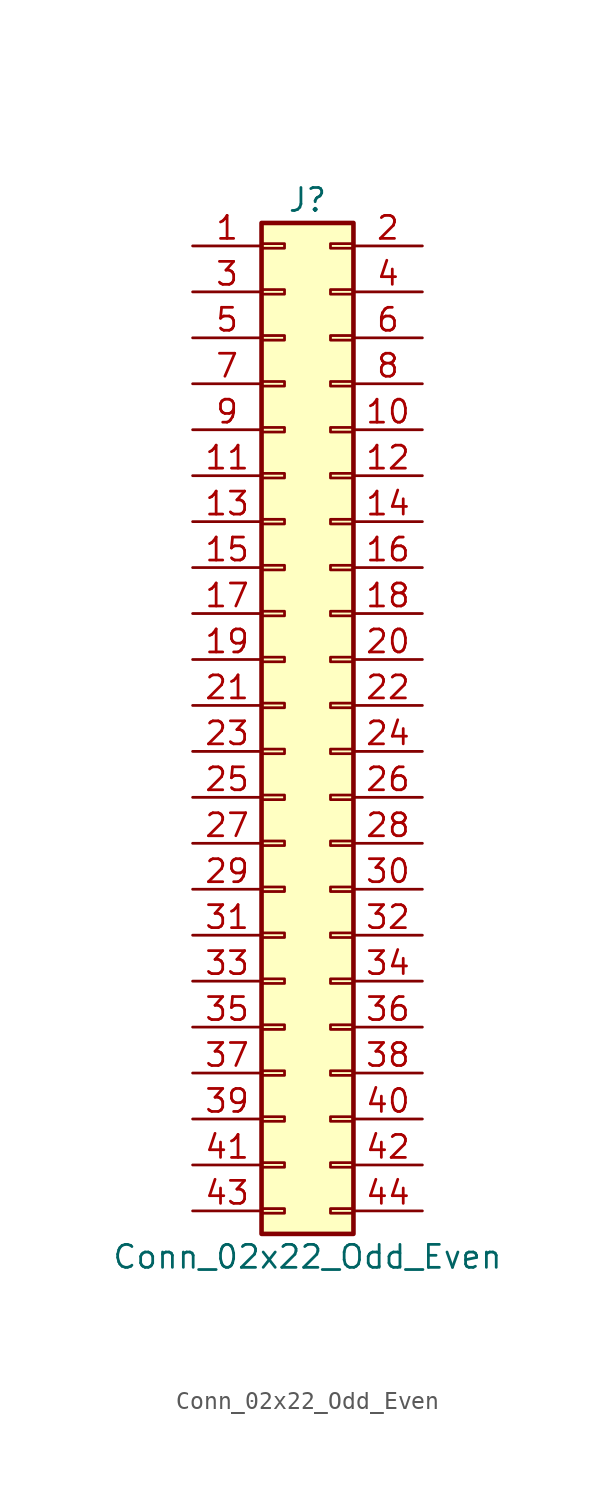
<source format=kicad_sym>
(kicad_symbol_lib
  (version 20211014)
  (generator kicad_symbol_editor)
  (symbol "Conn_02x22_Odd_Even"
    (pin_names
      (offset 1.016) hide)
    (property "Reference" "J"
      (at 1.27 27.94 0)
      (effects (font (size 1.27 1.27))))
    (property "Value" "Conn_02x22_Odd_Even"
      (at 1.27 -30.48 0)
      (effects (font (size 1.27 1.27))))
    (symbol "Conn_02x22_Odd_Even_1_1"
      (rectangle (start -1.27 -27.813) (end 0 -28.067) (stroke (width 0.152) (type default) (color 0 0 0 0)) (fill (type none)))
      (rectangle (start -1.27 -25.273) (end 0 -25.527) (stroke (width 0.152) (type default) (color 0 0 0 0)) (fill (type none)))
      (rectangle (start -1.27 -22.733) (end 0 -22.987) (stroke (width 0.152) (type default) (color 0 0 0 0)) (fill (type none)))
      (rectangle (start -1.27 -20.193) (end 0 -20.447) (stroke (width 0.152) (type default) (color 0 0 0 0)) (fill (type none)))
      (rectangle (start -1.27 -17.653) (end 0 -17.907) (stroke (width 0.152) (type default) (color 0 0 0 0)) (fill (type none)))
      (rectangle (start -1.27 -15.113) (end 0 -15.367) (stroke (width 0.152) (type default) (color 0 0 0 0)) (fill (type none)))
      (rectangle (start -1.27 -12.573) (end 0 -12.827) (stroke (width 0.152) (type default) (color 0 0 0 0)) (fill (type none)))
      (rectangle (start -1.27 -10.033) (end 0 -10.287) (stroke (width 0.152) (type default) (color 0 0 0 0)) (fill (type none)))
      (rectangle (start -1.27 -7.493) (end 0 -7.747) (stroke (width 0.152) (type default) (color 0 0 0 0)) (fill (type none)))
      (rectangle (start -1.27 -4.953) (end 0 -5.207) (stroke (width 0.152) (type default) (color 0 0 0 0)) (fill (type none)))
      (rectangle (start -1.27 -2.413) (end 0 -2.667) (stroke (width 0.152) (type default) (color 0 0 0 0)) (fill (type none)))
      (rectangle (start -1.27 0.127) (end 0 -0.127) (stroke (width 0.152) (type default) (color 0 0 0 0)) (fill (type none)))
      (rectangle (start -1.27 2.667) (end 0 2.413) (stroke (width 0.152) (type default) (color 0 0 0 0)) (fill (type none)))
      (rectangle (start -1.27 5.207) (end 0 4.953) (stroke (width 0.152) (type default) (color 0 0 0 0)) (fill (type none)))
      (rectangle (start -1.27 7.747) (end 0 7.493) (stroke (width 0.152) (type default) (color 0 0 0 0)) (fill (type none)))
      (rectangle (start -1.27 10.287) (end 0 10.033) (stroke (width 0.152) (type default) (color 0 0 0 0)) (fill (type none)))
      (rectangle (start -1.27 12.827) (end 0 12.573) (stroke (width 0.152) (type default) (color 0 0 0 0)) (fill (type none)))
      (rectangle (start -1.27 15.367) (end 0 15.113) (stroke (width 0.152) (type default) (color 0 0 0 0)) (fill (type none)))
      (rectangle (start -1.27 17.907) (end 0 17.653) (stroke (width 0.152) (type default) (color 0 0 0 0)) (fill (type none)))
      (rectangle (start -1.27 20.447) (end 0 20.193) (stroke (width 0.152) (type default) (color 0 0 0 0)) (fill (type none)))
      (rectangle (start -1.27 22.987) (end 0 22.733) (stroke (width 0.152) (type default) (color 0 0 0 0)) (fill (type none)))
      (rectangle (start -1.27 25.527) (end 0 25.273) (stroke (width 0.152) (type default) (color 0 0 0 0)) (fill (type none)))
      (rectangle (start -1.27 26.67) (end 3.81 -29.21) (stroke (width 0.254) (type default) (color 0 0 0 0)) (fill (type background)))
      (rectangle (start 3.81 -27.813) (end 2.54 -28.067) (stroke (width 0.152) (type default) (color 0 0 0 0)) (fill (type none)))
      (rectangle (start 3.81 -25.273) (end 2.54 -25.527) (stroke (width 0.152) (type default) (color 0 0 0 0)) (fill (type none)))
      (rectangle (start 3.81 -22.733) (end 2.54 -22.987) (stroke (width 0.152) (type default) (color 0 0 0 0)) (fill (type none)))
      (rectangle (start 3.81 -20.193) (end 2.54 -20.447) (stroke (width 0.152) (type default) (color 0 0 0 0)) (fill (type none)))
      (rectangle (start 3.81 -17.653) (end 2.54 -17.907) (stroke (width 0.152) (type default) (color 0 0 0 0)) (fill (type none)))
      (rectangle (start 3.81 -15.113) (end 2.54 -15.367) (stroke (width 0.152) (type default) (color 0 0 0 0)) (fill (type none)))
      (rectangle (start 3.81 -12.573) (end 2.54 -12.827) (stroke (width 0.152) (type default) (color 0 0 0 0)) (fill (type none)))
      (rectangle (start 3.81 -10.033) (end 2.54 -10.287) (stroke (width 0.152) (type default) (color 0 0 0 0)) (fill (type none)))
      (rectangle (start 3.81 -7.493) (end 2.54 -7.747) (stroke (width 0.152) (type default) (color 0 0 0 0)) (fill (type none)))
      (rectangle (start 3.81 -4.953) (end 2.54 -5.207) (stroke (width 0.152) (type default) (color 0 0 0 0)) (fill (type none)))
      (rectangle (start 3.81 -2.413) (end 2.54 -2.667) (stroke (width 0.152) (type default) (color 0 0 0 0)) (fill (type none)))
      (rectangle (start 3.81 0.127) (end 2.54 -0.127) (stroke (width 0.152) (type default) (color 0 0 0 0)) (fill (type none)))
      (rectangle (start 3.81 2.667) (end 2.54 2.413) (stroke (width 0.152) (type default) (color 0 0 0 0)) (fill (type none)))
      (rectangle (start 3.81 5.207) (end 2.54 4.953) (stroke (width 0.152) (type default) (color 0 0 0 0)) (fill (type none)))
      (rectangle (start 3.81 7.747) (end 2.54 7.493) (stroke (width 0.152) (type default) (color 0 0 0 0)) (fill (type none)))
      (rectangle (start 3.81 10.287) (end 2.54 10.033) (stroke (width 0.152) (type default) (color 0 0 0 0)) (fill (type none)))
      (rectangle (start 3.81 12.827) (end 2.54 12.573) (stroke (width 0.152) (type default) (color 0 0 0 0)) (fill (type none)))
      (rectangle (start 3.81 15.367) (end 2.54 15.113) (stroke (width 0.152) (type default) (color 0 0 0 0)) (fill (type none)))
      (rectangle (start 3.81 17.907) (end 2.54 17.653) (stroke (width 0.152) (type default) (color 0 0 0 0)) (fill (type none)))
      (rectangle (start 3.81 20.447) (end 2.54 20.193) (stroke (width 0.152) (type default) (color 0 0 0 0)) (fill (type none)))
      (rectangle (start 3.81 22.987) (end 2.54 22.733) (stroke (width 0.152) (type default) (color 0 0 0 0)) (fill (type none)))
      (rectangle (start 3.81 25.527) (end 2.54 25.273) (stroke (width 0.152) (type default) (color 0 0 0 0)) (fill (type none)))
      (pin passive line (at -5.08 25.4 0) (length 3.81) (name "Pin_1" (effects (font (size 1.27 1.27)))) (number "1" (effects (font (size 1.27 1.27)))))
      (pin passive line (at 7.62 15.24 180) (length 3.81) (name "Pin_10" (effects (font (size 1.27 1.27)))) (number "10" (effects (font (size 1.27 1.27)))))
      (pin passive line (at -5.08 12.7 0) (length 3.81) (name "Pin_11" (effects (font (size 1.27 1.27)))) (number "11" (effects (font (size 1.27 1.27)))))
      (pin passive line (at 7.62 12.7 180) (length 3.81) (name "Pin_12" (effects (font (size 1.27 1.27)))) (number "12" (effects (font (size 1.27 1.27)))))
      (pin passive line (at -5.08 10.16 0) (length 3.81) (name "Pin_13" (effects (font (size 1.27 1.27)))) (number "13" (effects (font (size 1.27 1.27)))))
      (pin passive line (at 7.62 10.16 180) (length 3.81) (name "Pin_14" (effects (font (size 1.27 1.27)))) (number "14" (effects (font (size 1.27 1.27)))))
      (pin passive line (at -5.08 7.62 0) (length 3.81) (name "Pin_15" (effects (font (size 1.27 1.27)))) (number "15" (effects (font (size 1.27 1.27)))))
      (pin passive line (at 7.62 7.62 180) (length 3.81) (name "Pin_16" (effects (font (size 1.27 1.27)))) (number "16" (effects (font (size 1.27 1.27)))))
      (pin passive line (at -5.08 5.08 0) (length 3.81) (name "Pin_17" (effects (font (size 1.27 1.27)))) (number "17" (effects (font (size 1.27 1.27)))))
      (pin passive line (at 7.62 5.08 180) (length 3.81) (name "Pin_18" (effects (font (size 1.27 1.27)))) (number "18" (effects (font (size 1.27 1.27)))))
      (pin passive line (at -5.08 2.54 0) (length 3.81) (name "Pin_19" (effects (font (size 1.27 1.27)))) (number "19" (effects (font (size 1.27 1.27)))))
      (pin passive line (at 7.62 25.4 180) (length 3.81) (name "Pin_2" (effects (font (size 1.27 1.27)))) (number "2" (effects (font (size 1.27 1.27)))))
      (pin passive line (at 7.62 2.54 180) (length 3.81) (name "Pin_20" (effects (font (size 1.27 1.27)))) (number "20" (effects (font (size 1.27 1.27)))))
      (pin passive line (at -5.08 0 0) (length 3.81) (name "Pin_21" (effects (font (size 1.27 1.27)))) (number "21" (effects (font (size 1.27 1.27)))))
      (pin passive line (at 7.62 0 180) (length 3.81) (name "Pin_22" (effects (font (size 1.27 1.27)))) (number "22" (effects (font (size 1.27 1.27)))))
      (pin passive line (at -5.08 -2.54 0) (length 3.81) (name "Pin_23" (effects (font (size 1.27 1.27)))) (number "23" (effects (font (size 1.27 1.27)))))
      (pin passive line (at 7.62 -2.54 180) (length 3.81) (name "Pin_24" (effects (font (size 1.27 1.27)))) (number "24" (effects (font (size 1.27 1.27)))))
      (pin passive line (at -5.08 -5.08 0) (length 3.81) (name "Pin_25" (effects (font (size 1.27 1.27)))) (number "25" (effects (font (size 1.27 1.27)))))
      (pin passive line (at 7.62 -5.08 180) (length 3.81) (name "Pin_26" (effects (font (size 1.27 1.27)))) (number "26" (effects (font (size 1.27 1.27)))))
      (pin passive line (at -5.08 -7.62 0) (length 3.81) (name "Pin_27" (effects (font (size 1.27 1.27)))) (number "27" (effects (font (size 1.27 1.27)))))
      (pin passive line (at 7.62 -7.62 180) (length 3.81) (name "Pin_28" (effects (font (size 1.27 1.27)))) (number "28" (effects (font (size 1.27 1.27)))))
      (pin passive line (at -5.08 -10.16 0) (length 3.81) (name "Pin_29" (effects (font (size 1.27 1.27)))) (number "29" (effects (font (size 1.27 1.27)))))
      (pin passive line (at -5.08 22.86 0) (length 3.81) (name "Pin_3" (effects (font (size 1.27 1.27)))) (number "3" (effects (font (size 1.27 1.27)))))
      (pin passive line (at 7.62 -10.16 180) (length 3.81) (name "Pin_30" (effects (font (size 1.27 1.27)))) (number "30" (effects (font (size 1.27 1.27)))))
      (pin passive line (at -5.08 -12.7 0) (length 3.81) (name "Pin_31" (effects (font (size 1.27 1.27)))) (number "31" (effects (font (size 1.27 1.27)))))
      (pin passive line (at 7.62 -12.7 180) (length 3.81) (name "Pin_32" (effects (font (size 1.27 1.27)))) (number "32" (effects (font (size 1.27 1.27)))))
      (pin passive line (at -5.08 -15.24 0) (length 3.81) (name "Pin_33" (effects (font (size 1.27 1.27)))) (number "33" (effects (font (size 1.27 1.27)))))
      (pin passive line (at 7.62 -15.24 180) (length 3.81) (name "Pin_34" (effects (font (size 1.27 1.27)))) (number "34" (effects (font (size 1.27 1.27)))))
      (pin passive line (at -5.08 -17.78 0) (length 3.81) (name "Pin_35" (effects (font (size 1.27 1.27)))) (number "35" (effects (font (size 1.27 1.27)))))
      (pin passive line (at 7.62 -17.78 180) (length 3.81) (name "Pin_36" (effects (font (size 1.27 1.27)))) (number "36" (effects (font (size 1.27 1.27)))))
      (pin passive line (at -5.08 -20.32 0) (length 3.81) (name "Pin_37" (effects (font (size 1.27 1.27)))) (number "37" (effects (font (size 1.27 1.27)))))
      (pin passive line (at 7.62 -20.32 180) (length 3.81) (name "Pin_38" (effects (font (size 1.27 1.27)))) (number "38" (effects (font (size 1.27 1.27)))))
      (pin passive line (at -5.08 -22.86 0) (length 3.81) (name "Pin_39" (effects (font (size 1.27 1.27)))) (number "39" (effects (font (size 1.27 1.27)))))
      (pin passive line (at 7.62 22.86 180) (length 3.81) (name "Pin_4" (effects (font (size 1.27 1.27)))) (number "4" (effects (font (size 1.27 1.27)))))
      (pin passive line (at 7.62 -22.86 180) (length 3.81) (name "Pin_40" (effects (font (size 1.27 1.27)))) (number "40" (effects (font (size 1.27 1.27)))))
      (pin passive line (at -5.08 -25.4 0) (length 3.81) (name "Pin_41" (effects (font (size 1.27 1.27)))) (number "41" (effects (font (size 1.27 1.27)))))
      (pin passive line (at 7.62 -25.4 180) (length 3.81) (name "Pin_42" (effects (font (size 1.27 1.27)))) (number "42" (effects (font (size 1.27 1.27)))))
      (pin passive line (at -5.08 -27.94 0) (length 3.81) (name "Pin_43" (effects (font (size 1.27 1.27)))) (number "43" (effects (font (size 1.27 1.27)))))
      (pin passive line (at 7.62 -27.94 180) (length 3.81) (name "Pin_44" (effects (font (size 1.27 1.27)))) (number "44" (effects (font (size 1.27 1.27)))))
      (pin passive line (at -5.08 20.32 0) (length 3.81) (name "Pin_5" (effects (font (size 1.27 1.27)))) (number "5" (effects (font (size 1.27 1.27)))))
      (pin passive line (at 7.62 20.32 180) (length 3.81) (name "Pin_6" (effects (font (size 1.27 1.27)))) (number "6" (effects (font (size 1.27 1.27)))))
      (pin passive line (at -5.08 17.78 0) (length 3.81) (name "Pin_7" (effects (font (size 1.27 1.27)))) (number "7" (effects (font (size 1.27 1.27)))))
      (pin passive line (at 7.62 17.78 180) (length 3.81) (name "Pin_8" (effects (font (size 1.27 1.27)))) (number "8" (effects (font (size 1.27 1.27)))))
      (pin passive line (at -5.08 15.24 0) (length 3.81) (name "Pin_9" (effects (font (size 1.27 1.27)))) (number "9" (effects (font (size 1.27 1.27))))))))
</source>
